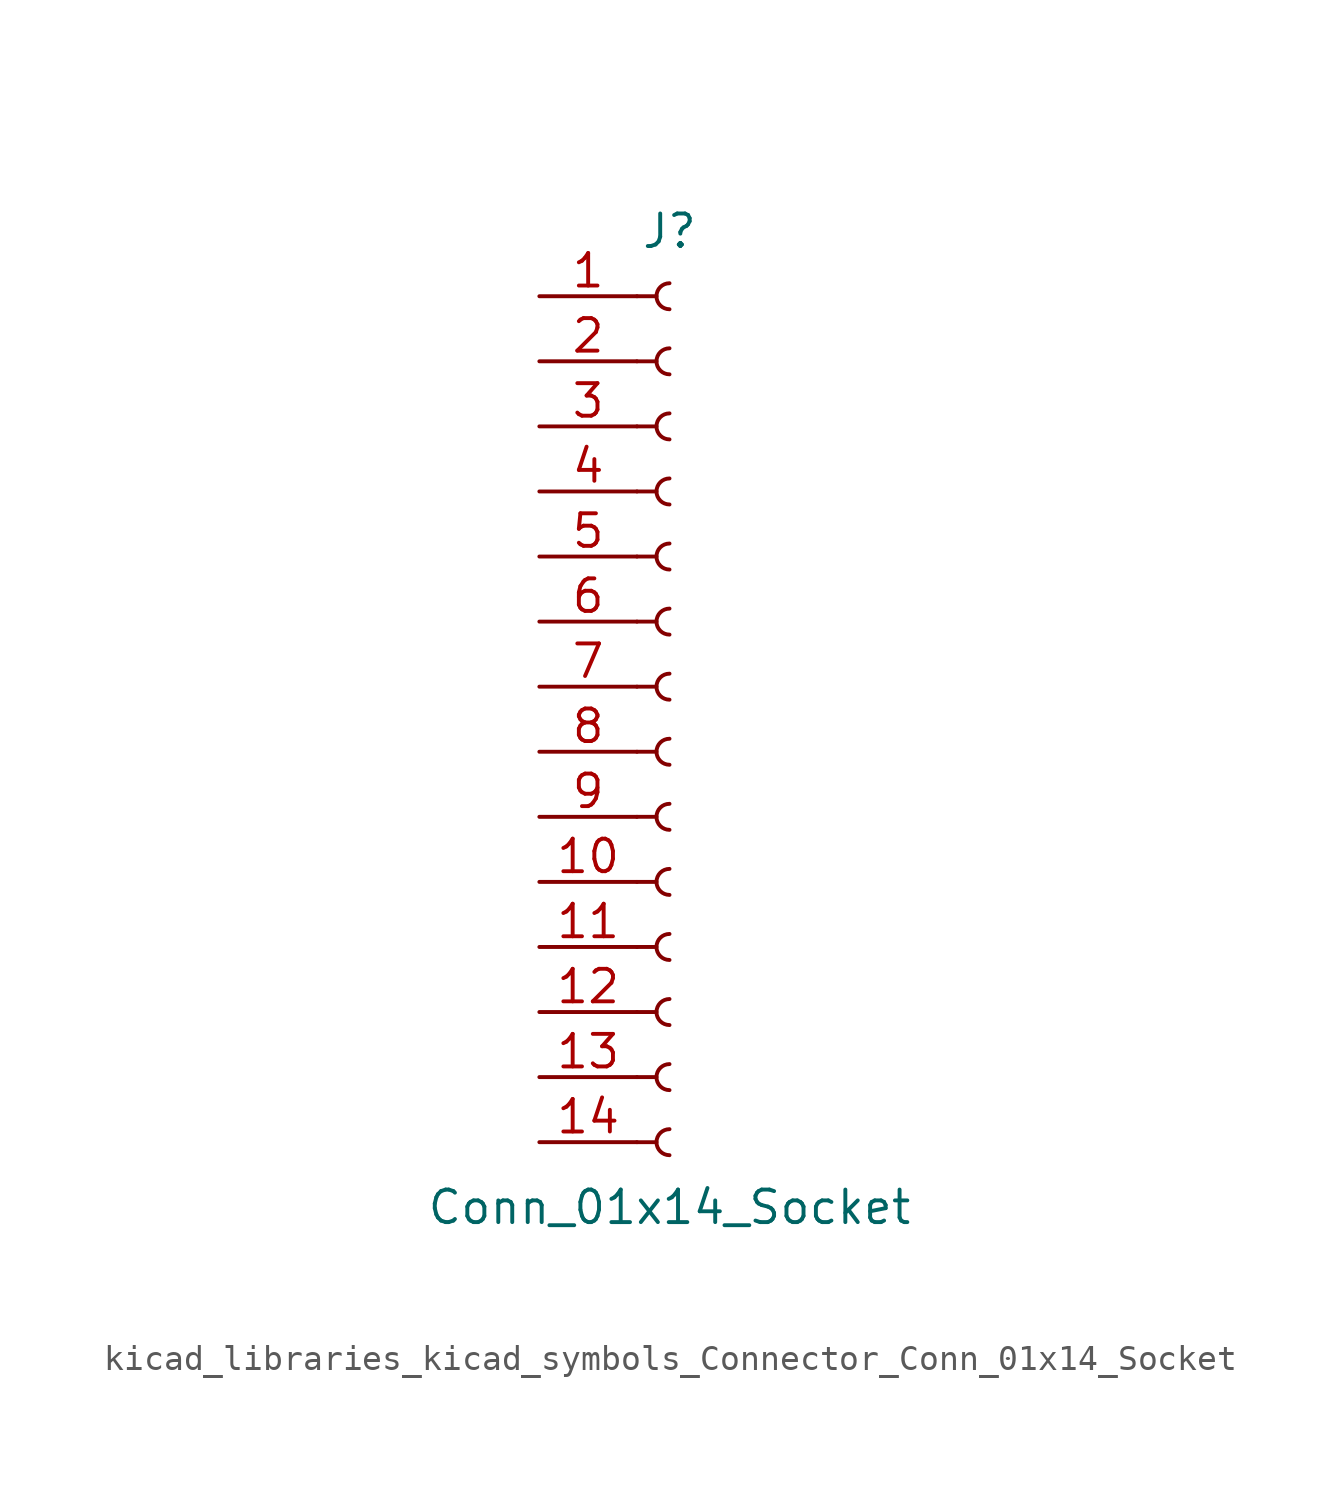
<source format=kicad_sym>
(kicad_symbol_lib
  (version 20220914)
  (generator kicad_symbol_editor)
  (symbol "kicad_libraries_kicad_symbols_Connector_Conn_01x14_Socket"
    (pin_names
      (offset 1.016) hide)
    (property "Reference" "J"
      (at 0 17.78 0)
      (effects (font (size 1.27 1.27))))
    (property "Value" "Conn_01x14_Socket"
      (at 0 -20.32 0)
      (effects (font (size 1.27 1.27))))
    (property "ki_locked" ""
      (at 0 0 0)
      (effects (font (size 1.27 1.27))))
    (symbol "kicad_libraries_kicad_symbols_Connector_Conn_01x14_Socket_1_1"
      (arc (start 0 -17.272) (mid -0.5058 -17.78) (end 0 -18.288) (stroke (width 0.1524) (type default)) (fill (type none)))
      (arc (start 0 -14.732) (mid -0.5058 -15.24) (end 0 -15.748) (stroke (width 0.1524) (type default)) (fill (type none)))
      (arc (start 0 -12.192) (mid -0.5058 -12.7) (end 0 -13.208) (stroke (width 0.1524) (type default)) (fill (type none)))
      (arc (start 0 -9.652) (mid -0.5058 -10.16) (end 0 -10.668) (stroke (width 0.1524) (type default)) (fill (type none)))
      (arc (start 0 -7.112) (mid -0.5058 -7.62) (end 0 -8.128) (stroke (width 0.1524) (type default)) (fill (type none)))
      (arc (start 0 -4.572) (mid -0.5058 -5.08) (end 0 -5.588) (stroke (width 0.1524) (type default)) (fill (type none)))
      (arc (start 0 -2.032) (mid -0.5058 -2.54) (end 0 -3.048) (stroke (width 0.1524) (type default)) (fill (type none)))
      (polyline (pts (xy -1.27 -17.78) (xy -0.508 -17.78)) (stroke (width 0.152) (type default)) (fill (type none)))
      (polyline (pts (xy -1.27 -15.24) (xy -0.508 -15.24)) (stroke (width 0.152) (type default)) (fill (type none)))
      (polyline (pts (xy -1.27 -12.7) (xy -0.508 -12.7)) (stroke (width 0.152) (type default)) (fill (type none)))
      (polyline (pts (xy -1.27 -10.16) (xy -0.508 -10.16)) (stroke (width 0.152) (type default)) (fill (type none)))
      (polyline (pts (xy -1.27 -7.62) (xy -0.508 -7.62)) (stroke (width 0.152) (type default)) (fill (type none)))
      (polyline (pts (xy -1.27 -5.08) (xy -0.508 -5.08)) (stroke (width 0.152) (type default)) (fill (type none)))
      (polyline (pts (xy -1.27 -2.54) (xy -0.508 -2.54)) (stroke (width 0.152) (type default)) (fill (type none)))
      (polyline (pts (xy -1.27 0) (xy -0.508 0)) (stroke (width 0.152) (type default)) (fill (type none)))
      (polyline (pts (xy -1.27 2.54) (xy -0.508 2.54)) (stroke (width 0.152) (type default)) (fill (type none)))
      (polyline (pts (xy -1.27 5.08) (xy -0.508 5.08)) (stroke (width 0.152) (type default)) (fill (type none)))
      (polyline (pts (xy -1.27 7.62) (xy -0.508 7.62)) (stroke (width 0.152) (type default)) (fill (type none)))
      (polyline (pts (xy -1.27 10.16) (xy -0.508 10.16)) (stroke (width 0.152) (type default)) (fill (type none)))
      (polyline (pts (xy -1.27 12.7) (xy -0.508 12.7)) (stroke (width 0.152) (type default)) (fill (type none)))
      (polyline (pts (xy -1.27 15.24) (xy -0.508 15.24)) (stroke (width 0.152) (type default)) (fill (type none)))
      (arc (start 0 0.508) (mid -0.5058 0) (end 0 -0.508) (stroke (width 0.1524) (type default)) (fill (type none)))
      (arc (start 0 3.048) (mid -0.5058 2.54) (end 0 2.032) (stroke (width 0.1524) (type default)) (fill (type none)))
      (arc (start 0 5.588) (mid -0.5058 5.08) (end 0 4.572) (stroke (width 0.1524) (type default)) (fill (type none)))
      (arc (start 0 8.128) (mid -0.5058 7.62) (end 0 7.112) (stroke (width 0.1524) (type default)) (fill (type none)))
      (arc (start 0 10.668) (mid -0.5058 10.16) (end 0 9.652) (stroke (width 0.1524) (type default)) (fill (type none)))
      (arc (start 0 13.208) (mid -0.5058 12.7) (end 0 12.192) (stroke (width 0.1524) (type default)) (fill (type none)))
      (arc (start 0 15.748) (mid -0.5058 15.24) (end 0 14.732) (stroke (width 0.1524) (type default)) (fill (type none)))
      (pin passive line (at -5.08 15.24 0) (length 3.81) (name "Pin_1" (effects (font (size 1.27 1.27)))) (number "1" (effects (font (size 1.27 1.27)))))
      (pin passive line (at -5.08 -7.62 0) (length 3.81) (name "Pin_10" (effects (font (size 1.27 1.27)))) (number "10" (effects (font (size 1.27 1.27)))))
      (pin passive line (at -5.08 -10.16 0) (length 3.81) (name "Pin_11" (effects (font (size 1.27 1.27)))) (number "11" (effects (font (size 1.27 1.27)))))
      (pin passive line (at -5.08 -12.7 0) (length 3.81) (name "Pin_12" (effects (font (size 1.27 1.27)))) (number "12" (effects (font (size 1.27 1.27)))))
      (pin passive line (at -5.08 -15.24 0) (length 3.81) (name "Pin_13" (effects (font (size 1.27 1.27)))) (number "13" (effects (font (size 1.27 1.27)))))
      (pin passive line (at -5.08 -17.78 0) (length 3.81) (name "Pin_14" (effects (font (size 1.27 1.27)))) (number "14" (effects (font (size 1.27 1.27)))))
      (pin passive line (at -5.08 12.7 0) (length 3.81) (name "Pin_2" (effects (font (size 1.27 1.27)))) (number "2" (effects (font (size 1.27 1.27)))))
      (pin passive line (at -5.08 10.16 0) (length 3.81) (name "Pin_3" (effects (font (size 1.27 1.27)))) (number "3" (effects (font (size 1.27 1.27)))))
      (pin passive line (at -5.08 7.62 0) (length 3.81) (name "Pin_4" (effects (font (size 1.27 1.27)))) (number "4" (effects (font (size 1.27 1.27)))))
      (pin passive line (at -5.08 5.08 0) (length 3.81) (name "Pin_5" (effects (font (size 1.27 1.27)))) (number "5" (effects (font (size 1.27 1.27)))))
      (pin passive line (at -5.08 2.54 0) (length 3.81) (name "Pin_6" (effects (font (size 1.27 1.27)))) (number "6" (effects (font (size 1.27 1.27)))))
      (pin passive line (at -5.08 0 0) (length 3.81) (name "Pin_7" (effects (font (size 1.27 1.27)))) (number "7" (effects (font (size 1.27 1.27)))))
      (pin passive line (at -5.08 -2.54 0) (length 3.81) (name "Pin_8" (effects (font (size 1.27 1.27)))) (number "8" (effects (font (size 1.27 1.27)))))
      (pin passive line (at -5.08 -5.08 0) (length 3.81) (name "Pin_9" (effects (font (size 1.27 1.27)))) (number "9" (effects (font (size 1.27 1.27))))))))
</source>
